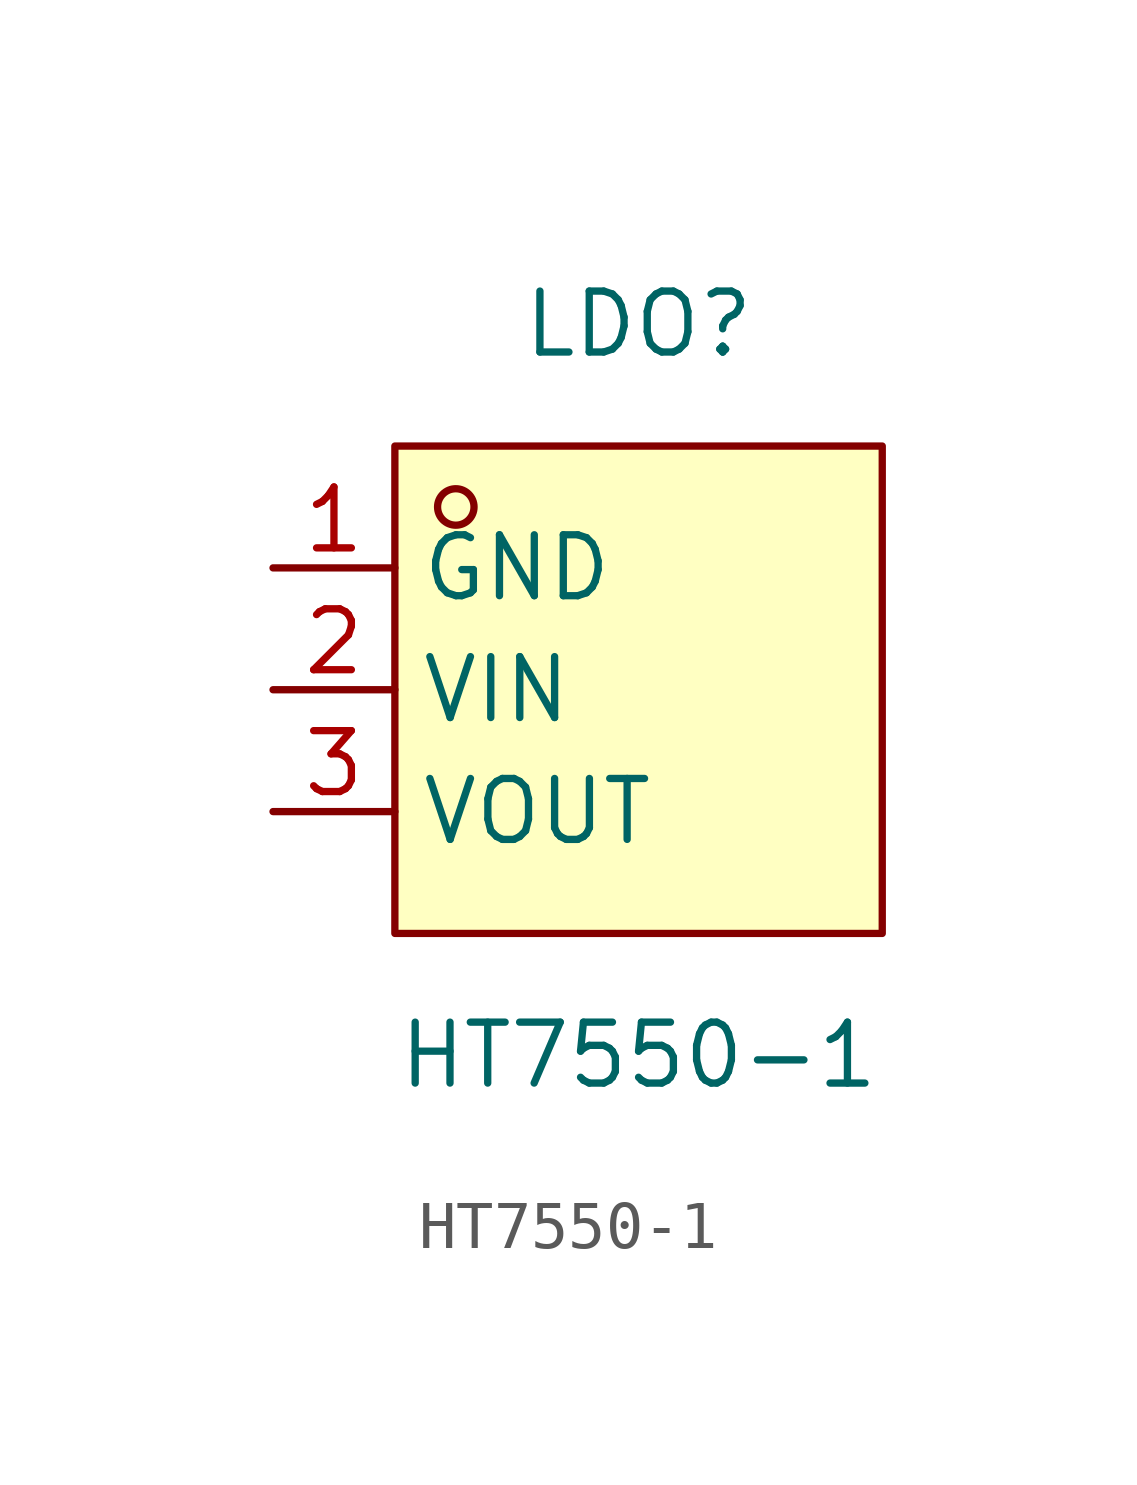
<source format=kicad_sym>
(kicad_symbol_lib
  (version 20241209)
  (generator "kicad_symbol_editor")
  (generator_version "9.0")
  (symbol "HT7550-1"
    (property "Reference" "LDO"
      (at 0 7.62 0)
      (effects (font (size 1.27 1.27))))
    (property "Value" "HT7550-1"
      (at 0 -7.62 0)
      (effects (font (size 1.27 1.27))))
    (symbol "HT7550-1_0_1"
      (rectangle (start -5.08 5.08) (end 5.08 -5.08) (stroke (width 0) (type default)) (fill (type background)))
      (circle (center -3.81 3.81) (radius 0.38) (stroke (width 0) (type default)) (fill (type none)))
      (pin unspecified line (at -7.62 2.54 0) (length 2.54) (name "GND" (effects (font (size 1.27 1.27)))) (number "1" (effects (font (size 1.27 1.27)))))
      (pin unspecified line (at -7.62 0 0) (length 2.54) (name "VIN" (effects (font (size 1.27 1.27)))) (number "2" (effects (font (size 1.27 1.27)))))
      (pin unspecified line (at -7.62 -2.54 0) (length 2.54) (name "VOUT" (effects (font (size 1.27 1.27)))) (number "3" (effects (font (size 1.27 1.27))))))))
</source>
